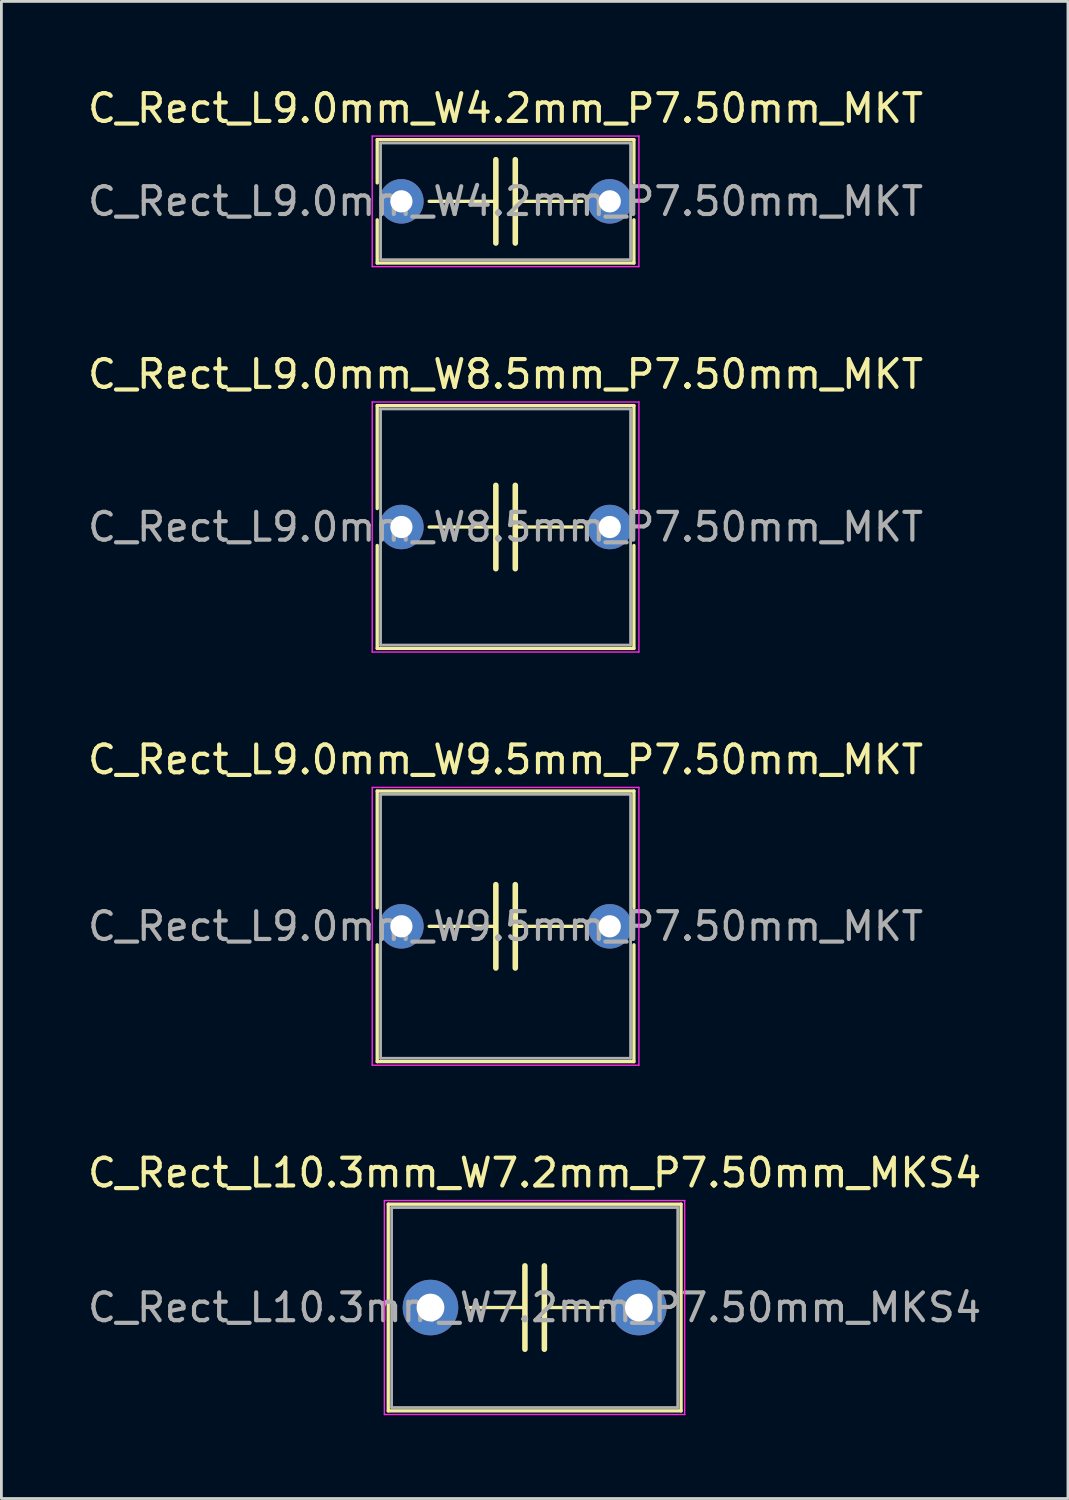
<source format=kicad_pcb>
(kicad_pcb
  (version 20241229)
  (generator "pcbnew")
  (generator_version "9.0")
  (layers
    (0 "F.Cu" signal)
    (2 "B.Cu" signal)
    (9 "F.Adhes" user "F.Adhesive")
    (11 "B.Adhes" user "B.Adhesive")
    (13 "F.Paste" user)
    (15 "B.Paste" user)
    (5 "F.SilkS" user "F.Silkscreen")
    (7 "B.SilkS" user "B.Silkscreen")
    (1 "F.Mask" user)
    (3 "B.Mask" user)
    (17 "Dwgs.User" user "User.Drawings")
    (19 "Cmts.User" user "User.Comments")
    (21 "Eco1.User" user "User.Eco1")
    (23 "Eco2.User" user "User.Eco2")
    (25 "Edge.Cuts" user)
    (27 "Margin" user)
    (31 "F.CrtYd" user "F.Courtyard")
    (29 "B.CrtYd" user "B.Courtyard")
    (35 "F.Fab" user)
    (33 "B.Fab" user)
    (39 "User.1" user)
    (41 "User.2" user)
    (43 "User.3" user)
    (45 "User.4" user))
  (footprint "C_Rect_L9.0mm_W8.5mm_P7.50mm_MKT"
    (layer "F.Cu")
    (at 11.399 15.921)
    (property "Reference" "C_Rect_L9.0mm_W8.5mm_P7.50mm_MKT" (at 3.75 -5.5 0) (layer "F.SilkS") (effects (font (size 1 1) (thickness 0.15))))
    (attr through_hole)
    (fp_line (start -0.87 -4.37) (end -0.87 -0.665) (stroke (width 0.12) (type solid)) (layer "F.SilkS"))
    (fp_line (start -0.87 -4.37) (end 8.37 -4.37) (stroke (width 0.12) (type solid)) (layer "F.SilkS"))
    (fp_line (start -0.87 0.665) (end -0.87 4.37) (stroke (width 0.12) (type solid)) (layer "F.SilkS"))
    (fp_line (start -0.87 4.37) (end 8.37 4.37) (stroke (width 0.12) (type solid)) (layer "F.SilkS"))
    (fp_line (start 1 0) (end 3.4 0) (stroke (width 0.12) (type solid)) (layer "F.SilkS"))
    (fp_line (start 3.4 -1.5) (end 3.4 1.5) (stroke (width 0.2) (type solid)) (layer "F.SilkS"))
    (fp_line (start 4.1 -1.5) (end 4.1 1.5) (stroke (width 0.2) (type solid)) (layer "F.SilkS"))
    (fp_line (start 4.1 0) (end 6.5 0) (stroke (width 0.12) (type solid)) (layer "F.SilkS"))
    (fp_line (start 8.37 -4.37) (end 8.37 -0.665) (stroke (width 0.12) (type solid)) (layer "F.SilkS"))
    (fp_line (start 8.37 0.665) (end 8.37 4.37) (stroke (width 0.12) (type solid)) (layer "F.SilkS"))
    (fp_line (start -1.05 -4.5) (end -1.05 4.5) (stroke (width 0.05) (type solid)) (layer "F.CrtYd"))
    (fp_line (start -1.05 4.5) (end 8.55 4.5) (stroke (width 0.05) (type solid)) (layer "F.CrtYd"))
    (fp_line (start 8.55 -4.5) (end -1.05 -4.5) (stroke (width 0.05) (type solid)) (layer "F.CrtYd"))
    (fp_line (start 8.55 4.5) (end 8.55 -4.5) (stroke (width 0.05) (type solid)) (layer "F.CrtYd"))
    (fp_line (start -0.75 -4.25) (end -0.75 4.25) (stroke (width 0.1) (type solid)) (layer "F.Fab"))
    (fp_line (start -0.75 4.25) (end 8.25 4.25) (stroke (width 0.1) (type solid)) (layer "F.Fab"))
    (fp_line (start 8.25 -4.25) (end -0.75 -4.25) (stroke (width 0.1) (type solid)) (layer "F.Fab"))
    (fp_line (start 8.25 4.25) (end 8.25 -4.25) (stroke (width 0.1) (type solid)) (layer "F.Fab"))
    (fp_text user "${REFERENCE}" (at 3.75 0 0) (layer "F.Fab") (effects (font (size 1 1) (thickness 0.15))))
    (pad "1" thru_hole circle (at 0 0) (size 1.6 1.6) (drill 0.8) (layers "*.Cu" "*.Mask"))
    (pad "2" thru_hole circle (at 7.5 0) (size 1.6 1.6) (drill 0.8) (layers "*.Cu" "*.Mask")))
  (footprint "C_Rect_L10.3mm_W7.2mm_P7.50mm_MKS4"
    (layer "F.Cu")
    (at 12.446 44.018)
    (property "Reference" "C_Rect_L10.3mm_W7.2mm_P7.50mm_MKS4" (at 3.75 -4.85 0) (layer "F.SilkS") (effects (font (size 1 1) (thickness 0.15))))
    (attr through_hole)
    (fp_line (start -1.52 -3.72) (end -1.52 3.72) (stroke (width 0.12) (type solid)) (layer "F.SilkS"))
    (fp_line (start -1.52 -3.72) (end 9.02 -3.72) (stroke (width 0.12) (type solid)) (layer "F.SilkS"))
    (fp_line (start -1.52 3.72) (end 9.02 3.72) (stroke (width 0.12) (type solid)) (layer "F.SilkS"))
    (fp_line (start 1.3 0) (end 3.4 0) (stroke (width 0.12) (type solid)) (layer "F.SilkS"))
    (fp_line (start 3.4 -1.5) (end 3.4 1.5) (stroke (width 0.2) (type solid)) (layer "F.SilkS"))
    (fp_line (start 4.1 -1.5) (end 4.1 1.5) (stroke (width 0.2) (type solid)) (layer "F.SilkS"))
    (fp_line (start 4.1 0) (end 6.2 0) (stroke (width 0.12) (type solid)) (layer "F.SilkS"))
    (fp_line (start 9.02 -3.72) (end 9.02 3.72) (stroke (width 0.12) (type solid)) (layer "F.SilkS"))
    (fp_line (start -1.66 -3.85) (end -1.66 3.85) (stroke (width 0.05) (type solid)) (layer "F.CrtYd"))
    (fp_line (start -1.66 3.85) (end 9.15 3.85) (stroke (width 0.05) (type solid)) (layer "F.CrtYd"))
    (fp_line (start 9.15 -3.85) (end -1.66 -3.85) (stroke (width 0.05) (type solid)) (layer "F.CrtYd"))
    (fp_line (start 9.15 3.85) (end 9.15 -3.85) (stroke (width 0.05) (type solid)) (layer "F.CrtYd"))
    (fp_line (start -1.4 -3.6) (end -1.4 3.6) (stroke (width 0.1) (type solid)) (layer "F.Fab"))
    (fp_line (start -1.4 3.6) (end 8.9 3.6) (stroke (width 0.1) (type solid)) (layer "F.Fab"))
    (fp_line (start 8.9 -3.6) (end -1.4 -3.6) (stroke (width 0.1) (type solid)) (layer "F.Fab"))
    (fp_line (start 8.9 3.6) (end 8.9 -3.6) (stroke (width 0.1) (type solid)) (layer "F.Fab"))
    (fp_text user "${REFERENCE}" (at 3.75 0 0) (layer "F.Fab") (effects (font (size 1 1) (thickness 0.15))))
    (pad "1" thru_hole circle (at 0 0) (size 2 2) (drill 1) (layers "*.Cu" "*.Mask"))
    (pad "2" thru_hole circle (at 7.5 0) (size 2 2) (drill 1) (layers "*.Cu" "*.Mask")))
  (footprint "C_Rect_L9.0mm_W4.2mm_P7.50mm_MKT"
    (layer "F.Cu")
    (at 11.399 4.198)
    (property "Reference" "C_Rect_L9.0mm_W4.2mm_P7.50mm_MKT" (at 3.75 -3.35 0) (layer "F.SilkS") (effects (font (size 1 1) (thickness 0.15))))
    (attr through_hole)
    (fp_line (start -0.87 -2.22) (end -0.87 -0.665) (stroke (width 0.12) (type solid)) (layer "F.SilkS"))
    (fp_line (start -0.87 -2.22) (end 8.37 -2.22) (stroke (width 0.12) (type solid)) (layer "F.SilkS"))
    (fp_line (start -0.87 0.665) (end -0.87 2.22) (stroke (width 0.12) (type solid)) (layer "F.SilkS"))
    (fp_line (start -0.87 2.22) (end 8.37 2.22) (stroke (width 0.12) (type solid)) (layer "F.SilkS"))
    (fp_line (start 1 0) (end 3.4 0) (stroke (width 0.12) (type solid)) (layer "F.SilkS"))
    (fp_line (start 3.4 -1.5) (end 3.4 1.5) (stroke (width 0.2) (type solid)) (layer "F.SilkS"))
    (fp_line (start 4.1 -1.5) (end 4.1 1.5) (stroke (width 0.2) (type solid)) (layer "F.SilkS"))
    (fp_line (start 4.1 0) (end 6.5 0) (stroke (width 0.12) (type solid)) (layer "F.SilkS"))
    (fp_line (start 8.37 -2.22) (end 8.37 -0.665) (stroke (width 0.12) (type solid)) (layer "F.SilkS"))
    (fp_line (start 8.37 0.665) (end 8.37 2.22) (stroke (width 0.12) (type solid)) (layer "F.SilkS"))
    (fp_line (start -1.05 -2.35) (end -1.05 2.35) (stroke (width 0.05) (type solid)) (layer "F.CrtYd"))
    (fp_line (start -1.05 2.35) (end 8.55 2.35) (stroke (width 0.05) (type solid)) (layer "F.CrtYd"))
    (fp_line (start 8.55 -2.35) (end -1.05 -2.35) (stroke (width 0.05) (type solid)) (layer "F.CrtYd"))
    (fp_line (start 8.55 2.35) (end 8.55 -2.35) (stroke (width 0.05) (type solid)) (layer "F.CrtYd"))
    (fp_line (start -0.75 -2.1) (end -0.75 2.1) (stroke (width 0.1) (type solid)) (layer "F.Fab"))
    (fp_line (start -0.75 2.1) (end 8.25 2.1) (stroke (width 0.1) (type solid)) (layer "F.Fab"))
    (fp_line (start 8.25 -2.1) (end -0.75 -2.1) (stroke (width 0.1) (type solid)) (layer "F.Fab"))
    (fp_line (start 8.25 2.1) (end 8.25 -2.1) (stroke (width 0.1) (type solid)) (layer "F.Fab"))
    (fp_text user "${REFERENCE}" (at 3.75 0 0) (layer "F.Fab") (effects (font (size 1 1) (thickness 0.15))))
    (pad "1" thru_hole circle (at 0 0) (size 1.6 1.6) (drill 0.8) (layers "*.Cu" "*.Mask"))
    (pad "2" thru_hole circle (at 7.5 0) (size 1.6 1.6) (drill 0.8) (layers "*.Cu" "*.Mask")))
  (footprint "C_Rect_L9.0mm_W9.5mm_P7.50mm_MKT"
    (layer "F.Cu")
    (at 11.399 30.295)
    (property "Reference" "C_Rect_L9.0mm_W9.5mm_P7.50mm_MKT" (at 3.75 -6 0) (layer "F.SilkS") (effects (font (size 1 1) (thickness 0.15))))
    (attr through_hole)
    (fp_line (start -0.87 -4.87) (end -0.87 -0.665) (stroke (width 0.12) (type solid)) (layer "F.SilkS"))
    (fp_line (start -0.87 -4.87) (end 8.37 -4.87) (stroke (width 0.12) (type solid)) (layer "F.SilkS"))
    (fp_line (start -0.87 0.665) (end -0.87 4.87) (stroke (width 0.12) (type solid)) (layer "F.SilkS"))
    (fp_line (start -0.87 4.87) (end 8.37 4.87) (stroke (width 0.12) (type solid)) (layer "F.SilkS"))
    (fp_line (start 1 0) (end 3.4 0) (stroke (width 0.12) (type solid)) (layer "F.SilkS"))
    (fp_line (start 3.4 -1.5) (end 3.4 1.5) (stroke (width 0.2) (type solid)) (layer "F.SilkS"))
    (fp_line (start 4.1 -1.5) (end 4.1 1.5) (stroke (width 0.2) (type solid)) (layer "F.SilkS"))
    (fp_line (start 4.1 0) (end 6.5 0) (stroke (width 0.12) (type solid)) (layer "F.SilkS"))
    (fp_line (start 8.37 -4.87) (end 8.37 -0.665) (stroke (width 0.12) (type solid)) (layer "F.SilkS"))
    (fp_line (start 8.37 0.665) (end 8.37 4.87) (stroke (width 0.12) (type solid)) (layer "F.SilkS"))
    (fp_line (start -1.05 -5) (end -1.05 5) (stroke (width 0.05) (type solid)) (layer "F.CrtYd"))
    (fp_line (start -1.05 5) (end 8.55 5) (stroke (width 0.05) (type solid)) (layer "F.CrtYd"))
    (fp_line (start 8.55 -5) (end -1.05 -5) (stroke (width 0.05) (type solid)) (layer "F.CrtYd"))
    (fp_line (start 8.55 5) (end 8.55 -5) (stroke (width 0.05) (type solid)) (layer "F.CrtYd"))
    (fp_line (start -0.75 -4.75) (end -0.75 4.75) (stroke (width 0.1) (type solid)) (layer "F.Fab"))
    (fp_line (start -0.75 4.75) (end 8.25 4.75) (stroke (width 0.1) (type solid)) (layer "F.Fab"))
    (fp_line (start 8.25 -4.75) (end -0.75 -4.75) (stroke (width 0.1) (type solid)) (layer "F.Fab"))
    (fp_line (start 8.25 4.75) (end 8.25 -4.75) (stroke (width 0.1) (type solid)) (layer "F.Fab"))
    (fp_text user "${REFERENCE}" (at 3.75 0 0) (layer "F.Fab") (effects (font (size 1 1) (thickness 0.15))))
    (pad "1" thru_hole circle (at 0 0) (size 1.6 1.6) (drill 0.8) (layers "*.Cu" "*.Mask"))
    (pad "2" thru_hole circle (at 7.5 0) (size 1.6 1.6) (drill 0.8) (layers "*.Cu" "*.Mask")))
  (gr_rect
    (start -3 -3)
    (end 35.393 50.893)
    (stroke (width 0.1) (type default))
    (fill no)
    (layer "Edge.Cuts")))
</source>
